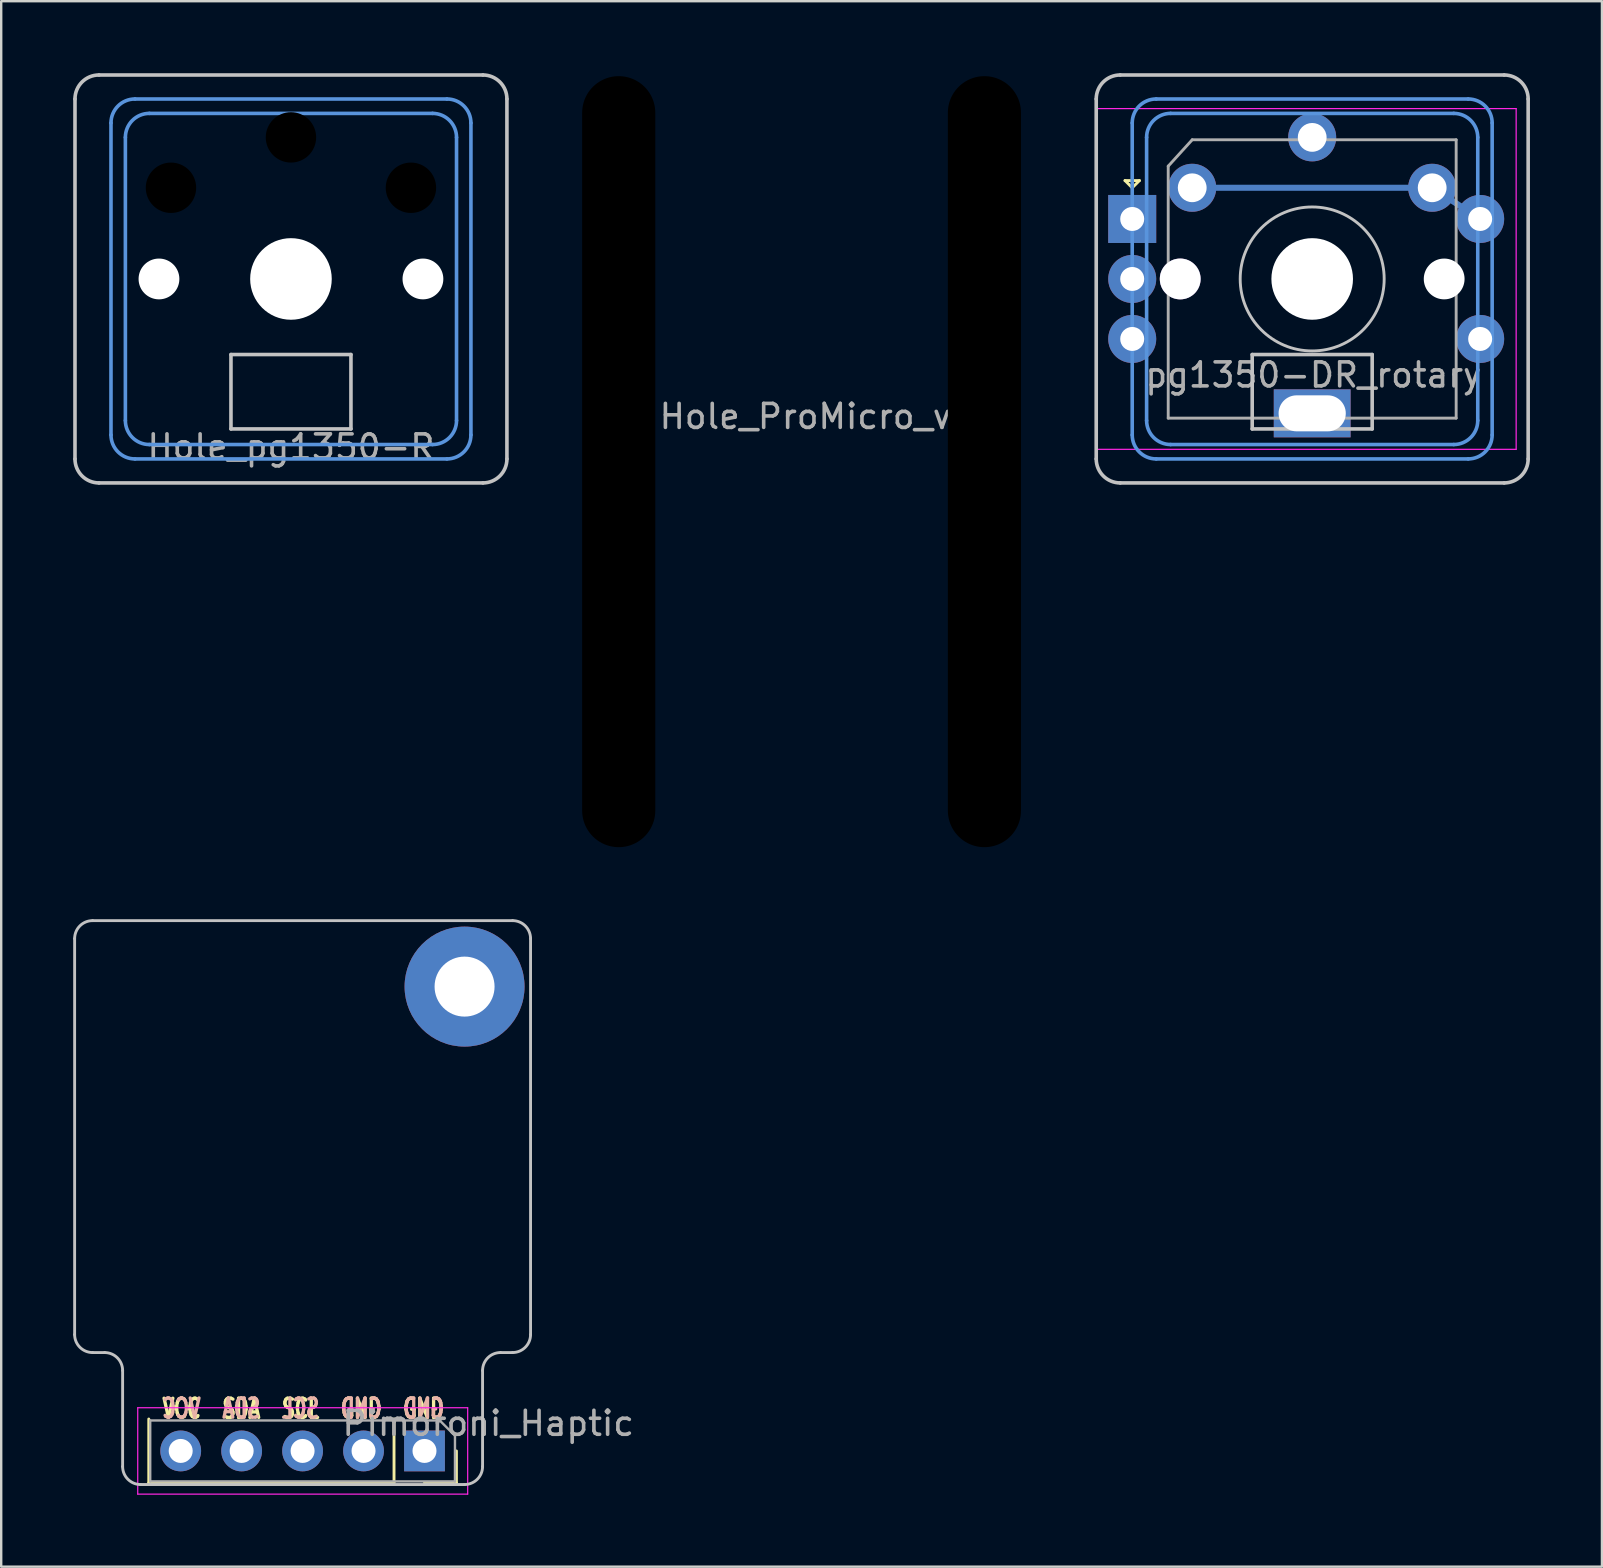
<source format=kicad_pcb>
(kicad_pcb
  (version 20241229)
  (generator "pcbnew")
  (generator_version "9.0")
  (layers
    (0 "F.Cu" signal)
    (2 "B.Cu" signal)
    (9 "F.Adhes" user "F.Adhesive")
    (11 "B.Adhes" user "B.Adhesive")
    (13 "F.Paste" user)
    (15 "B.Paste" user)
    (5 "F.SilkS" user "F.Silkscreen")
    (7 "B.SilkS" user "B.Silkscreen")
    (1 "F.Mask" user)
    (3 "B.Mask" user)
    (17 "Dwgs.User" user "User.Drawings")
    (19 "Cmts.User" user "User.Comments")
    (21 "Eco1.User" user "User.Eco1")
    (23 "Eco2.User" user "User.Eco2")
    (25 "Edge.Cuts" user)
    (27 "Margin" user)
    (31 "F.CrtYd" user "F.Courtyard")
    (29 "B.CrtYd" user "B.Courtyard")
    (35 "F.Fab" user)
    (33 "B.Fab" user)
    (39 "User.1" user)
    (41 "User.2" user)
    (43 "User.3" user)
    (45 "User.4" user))
  (footprint "Pimoroni_Haptic"
    (layer "F.Cu")
    (at 9.56 46.315)
    (property "Reference" "Pimoroni_Haptic" (at 7.735 9.95 180) (layer "F.Fab") (effects (font (size 1 1) (thickness 0.15))))
    (attr through_hole)
    (fp_line (start -6.41 9.77) (end -6.41 12.43) (stroke (width 0.12) (type solid)) (layer "F.SilkS"))
    (fp_line (start 3.81 9.77) (end 3.81 12.43) (stroke (width 0.12) (type solid)) (layer "F.SilkS"))
    (fp_line (start 3.81 12.43) (end -6.41 12.43) (stroke (width 0.12) (type solid)) (layer "F.SilkS"))
    (fp_line (start 5.08 12.43) (end 6.41 12.43) (stroke (width 0.12) (type solid)) (layer "F.SilkS"))
    (fp_line (start 6.41 11.1) (end 6.41 12.43) (stroke (width 0.12) (type solid)) (layer "F.SilkS"))
    (fp_line (start -9.5 -10.25) (end -9.5 6.25) (stroke (width 0.12) (type solid)) (layer "Dwgs.User"))
    (fp_line (start -8.25 7) (end -8.75 7) (stroke (width 0.12) (type solid)) (layer "Dwgs.User"))
    (fp_line (start -7.5 11.75) (end -7.5 7.75) (stroke (width 0.12) (type solid)) (layer "Dwgs.User"))
    (fp_line (start -6.75 12.5) (end 6.75 12.5) (stroke (width 0.12) (type solid)) (layer "Dwgs.User"))
    (fp_line (start 7.5 11.75) (end 7.5 7.75) (stroke (width 0.12) (type solid)) (layer "Dwgs.User"))
    (fp_line (start 8.25 7) (end 8.75 7) (stroke (width 0.12) (type solid)) (layer "Dwgs.User"))
    (fp_line (start 8.75 -11) (end -8.75 -11) (stroke (width 0.12) (type solid)) (layer "Dwgs.User"))
    (fp_line (start 9.5 -10.25) (end 9.5 6.25) (stroke (width 0.12) (type solid)) (layer "Dwgs.User"))
    (fp_arc (start -9.5 -10.25) (mid -9.28033 -10.78033) (end -8.75 -11) (stroke (width 0.12) (type solid)) (layer "Dwgs.User"))
    (fp_arc (start -8.75 7) (mid -9.28033 6.78033) (end -9.5 6.25) (stroke (width 0.12) (type solid)) (layer "Dwgs.User"))
    (fp_arc (start -8.25 7) (mid -7.71967 7.21967) (end -7.5 7.75) (stroke (width 0.12) (type solid)) (layer "Dwgs.User"))
    (fp_arc (start -6.75 12.5) (mid -7.28033 12.28033) (end -7.5 11.75) (stroke (width 0.12) (type solid)) (layer "Dwgs.User"))
    (fp_arc (start 7.5 7.75) (mid 7.71967 7.21967) (end 8.25 7) (stroke (width 0.12) (type solid)) (layer "Dwgs.User"))
    (fp_arc (start 7.5 11.75) (mid 7.28033 12.28033) (end 6.75 12.5) (stroke (width 0.12) (type solid)) (layer "Dwgs.User"))
    (fp_arc (start 8.75 -11) (mid 9.28033 -10.78033) (end 9.5 -10.25) (stroke (width 0.12) (type solid)) (layer "Dwgs.User"))
    (fp_arc (start 9.5 6.25) (mid 9.28033 6.78033) (end 8.75 7) (stroke (width 0.12) (type solid)) (layer "Dwgs.User"))
    (fp_line (start -6.87 9.3) (end -6.87 12.9) (stroke (width 0.05) (type solid)) (layer "F.CrtYd"))
    (fp_line (start -6.87 12.9) (end 6.88 12.9) (stroke (width 0.05) (type solid)) (layer "F.CrtYd"))
    (fp_line (start 6.88 9.3) (end -6.87 9.3) (stroke (width 0.05) (type solid)) (layer "F.CrtYd"))
    (fp_line (start 6.88 12.9) (end 6.88 9.3) (stroke (width 0.05) (type solid)) (layer "F.CrtYd"))
    (fp_line (start -6.35 9.83) (end 5.715 9.83) (stroke (width 0.1) (type solid)) (layer "F.Fab"))
    (fp_line (start -6.35 12.37) (end -6.35 9.83) (stroke (width 0.1) (type solid)) (layer "F.Fab"))
    (fp_line (start 5.715 9.83) (end 6.35 10.465) (stroke (width 0.1) (type solid)) (layer "F.Fab"))
    (fp_line (start 6.35 10.465) (end 6.35 12.37) (stroke (width 0.1) (type solid)) (layer "F.Fab"))
    (fp_line (start 6.35 12.37) (end -6.35 12.37) (stroke (width 0.1) (type solid)) (layer "F.Fab"))
    (fp_text user "SDA" (at -2.55 9.34 0) (layer "F.SilkS") (effects (font (size 0.8 0.55) (thickness 0.15))))
    (fp_text user "GND" (at 2.443 9.34 0) (layer "F.SilkS") (effects (font (size 0.8 0.55) (thickness 0.15))))
    (fp_text user "VCC" (at -5.04 9.34 0) (layer "F.SilkS") (effects (font (size 0.8 0.55) (thickness 0.15))))
    (fp_text user "SCL" (at -0.083 9.34 0) (layer "F.SilkS") (effects (font (size 0.8 0.55) (thickness 0.15))))
    (fp_text user "GND" (at 5.04 9.34 0) (layer "F.SilkS") (effects (font (size 0.8 0.55) (thickness 0.15))))
    (fp_text user "VCC" (at -5.05 9.33 0) (layer "B.SilkS") (effects (font (size 0.8 0.55) (thickness 0.15)) (justify mirror)))
    (fp_text user "GND" (at 5.05 9.33 0) (layer "B.SilkS") (effects (font (size 0.8 0.55) (thickness 0.15)) (justify mirror)))
    (fp_text user "SDA" (at -2.555 9.33 0) (layer "B.SilkS") (effects (font (size 0.8 0.55) (thickness 0.15)) (justify mirror)))
    (fp_text user "SCL" (at -0.083 9.33 0) (layer "B.SilkS") (effects (font (size 0.8 0.55) (thickness 0.15)) (justify mirror)))
    (fp_text user "GND" (at 2.448 9.33 0) (layer "B.SilkS") (effects (font (size 0.8 0.55) (thickness 0.15)) (justify mirror)))
    (pad "" thru_hole circle (at 6.75 -8.25) (size 5 5) (drill 2.5) (layers "*.Cu" "*.Mask"))
    (pad "1" thru_hole rect (at 5.08 11.1 270) (size 1.7 1.7) (drill 1) (layers "*.Cu" "*.Mask"))
    (pad "2" thru_hole oval (at 2.54 11.1 270) (size 1.7 1.7) (drill 1) (layers "*.Cu" "*.Mask"))
    (pad "3" thru_hole oval (at 0 11.1 270) (size 1.7 1.7) (drill 1) (layers "*.Cu" "*.Mask"))
    (pad "4" thru_hole oval (at -2.54 11.1 270) (size 1.7 1.7) (drill 1) (layers "*.Cu" "*.Mask"))
    (pad "5" thru_hole oval (at -5.08 11.1 270) (size 1.7 1.7) (drill 1) (layers "*.Cu" "*.Mask")))
  (footprint "Hole_ProMicro_v2"
    (layer "F.Cu")
    (at 30.989 15.935)
    (property "Reference" "Hole_ProMicro_v2" (at 0 -1.63 0) (layer "F.Fab") (effects (font (size 1 1) (thickness 0.15))))
    (attr through_hole)
    (fp_line (start -9.779 -14.351) (end -9.779 14.732) (stroke (width 0.12) (type solid)) (layer "Eco1.User"))
    (fp_line (start -6.731 -14.351) (end -6.731 14.732) (stroke (width 0.12) (type solid)) (layer "Eco1.User"))
    (fp_line (start 5.461 -14.351) (end 5.461 14.732) (stroke (width 0.12) (type solid)) (layer "Eco1.User"))
    (fp_line (start 8.509 -14.351) (end 8.509 14.732) (stroke (width 0.12) (type solid)) (layer "Eco1.User"))
    (fp_arc (start -9.779 -14.351) (mid -8.255 -15.875) (end -6.731 -14.351) (stroke (width 0.12) (type solid)) (layer "Eco1.User"))
    (fp_arc (start -6.731 14.732) (mid -8.255 16.256) (end -9.779 14.732) (stroke (width 0.12) (type solid)) (layer "Eco1.User"))
    (fp_arc (start 5.461 -14.351) (mid 6.985 -15.875) (end 8.509 -14.351) (stroke (width 0.12) (type solid)) (layer "Eco1.User"))
    (fp_arc (start 8.509 14.732) (mid 6.985 16.256) (end 5.461 14.732) (stroke (width 0.12) (type solid)) (layer "Eco1.User"))
    (pad "" np_thru_hole oval (at -8.255 0.254) (size 3.048 32.131) (drill oval 3.048 32.131) (layers "*.Mask"))
    (pad "" np_thru_hole oval (at 6.985 0.254) (size 3.048 32.131) (drill oval 3.048 32.131) (layers "*.Mask")))
  (footprint "pg1350-DR_rotary"
    (layer "F.Cu")
    (at 51.633 13.075)
    (property "Reference" "pg1350-DR_rotary" (at 0.05 -0.5 0) (layer "F.Fab") (effects (font (size 1 1) (thickness 0.15))))
    (attr through_hole)
    (fp_line (start -7.8 -8.6) (end -7.2 -8.6) (stroke (width 0.12) (type solid)) (layer "F.SilkS"))
    (fp_line (start -7.5 -8.3) (end -7.8 -8.6) (stroke (width 0.12) (type solid)) (layer "F.SilkS"))
    (fp_line (start -7.2 -8.6) (end -7.5 -8.3) (stroke (width 0.12) (type solid)) (layer "F.SilkS"))
    (fp_line (start -9 3) (end -9 -12) (stroke (width 0.15) (type solid)) (layer "Dwgs.User"))
    (fp_line (start -8 -13) (end 8 -13) (stroke (width 0.15) (type solid)) (layer "Dwgs.User"))
    (fp_line (start -2.5 -1.35) (end -2.5 1.75) (stroke (width 0.15) (type solid)) (layer "Dwgs.User"))
    (fp_line (start -2.5 1.75) (end 2.5 1.75) (stroke (width 0.15) (type solid)) (layer "Dwgs.User"))
    (fp_line (start 2.5 -1.35) (end -2.5 -1.35) (stroke (width 0.15) (type solid)) (layer "Dwgs.User"))
    (fp_line (start 2.5 1.75) (end 2.5 -1.35) (stroke (width 0.15) (type solid)) (layer "Dwgs.User"))
    (fp_line (start 8 4) (end -8 4) (stroke (width 0.15) (type solid)) (layer "Dwgs.User"))
    (fp_line (start 9 -12) (end 9 3) (stroke (width 0.15) (type solid)) (layer "Dwgs.User"))
    (fp_arc (start -9 -12) (mid -8.707107 -12.707107) (end -8 -13) (stroke (width 0.15) (type solid)) (layer "Dwgs.User"))
    (fp_arc (start -8 4) (mid -8.707107 3.707107) (end -9 3) (stroke (width 0.15) (type solid)) (layer "Dwgs.User"))
    (fp_arc (start 8 -13) (mid 8.707107 -12.707107) (end 9 -12) (stroke (width 0.15) (type solid)) (layer "Dwgs.User"))
    (fp_arc (start 9 3) (mid 8.707107 3.707107) (end 8 4) (stroke (width 0.15) (type solid)) (layer "Dwgs.User"))
    (fp_circle (center 0 -4.5) (end 3 -4.5) (stroke (width 0.12) (type solid)) (fill no) (layer "Dwgs.User"))
    (fp_line (start -7.5 2) (end -7.5 -11) (stroke (width 0.15) (type solid)) (layer "Cmts.User"))
    (fp_line (start -6.9 1.4) (end -6.9 -10.4) (stroke (width 0.15) (type solid)) (layer "Cmts.User"))
    (fp_line (start -6.5 -12) (end 6.5 -12) (stroke (width 0.15) (type solid)) (layer "Cmts.User"))
    (fp_line (start -5.9 -11.4) (end 5.9 -11.4) (stroke (width 0.15) (type solid)) (layer "Cmts.User"))
    (fp_line (start 5.9 2.4) (end -5.9 2.4) (stroke (width 0.15) (type solid)) (layer "Cmts.User"))
    (fp_line (start 6.5 3) (end -6.5 3) (stroke (width 0.15) (type solid)) (layer "Cmts.User"))
    (fp_line (start 6.9 -10.4) (end 6.9 1.4) (stroke (width 0.15) (type solid)) (layer "Cmts.User"))
    (fp_line (start 7.5 -11) (end 7.5 2) (stroke (width 0.15) (type solid)) (layer "Cmts.User"))
    (fp_arc (start -7.5 -11) (mid -7.207107 -11.707107) (end -6.5 -12) (stroke (width 0.15) (type solid)) (layer "Cmts.User"))
    (fp_arc (start -6.9 -10.4) (mid -6.607107 -11.107107) (end -5.9 -11.4) (stroke (width 0.15) (type solid)) (layer "Cmts.User"))
    (fp_arc (start -6.5 3) (mid -7.207107 2.707107) (end -7.5 2) (stroke (width 0.15) (type solid)) (layer "Cmts.User"))
    (fp_arc (start -5.9 2.4) (mid -6.607107 2.107107) (end -6.9 1.4) (stroke (width 0.15) (type solid)) (layer "Cmts.User"))
    (fp_arc (start 5.9 -11.4) (mid 6.607107 -11.107107) (end 6.9 -10.4) (stroke (width 0.15) (type solid)) (layer "Cmts.User"))
    (fp_arc (start 6.5 -12) (mid 7.207107 -11.707107) (end 7.5 -11) (stroke (width 0.15) (type solid)) (layer "Cmts.User"))
    (fp_arc (start 6.9 1.4) (mid 6.607107 2.107107) (end 5.9 2.4) (stroke (width 0.15) (type solid)) (layer "Cmts.User"))
    (fp_arc (start 7.5 2) (mid 7.207107 2.707107) (end 6.5 3) (stroke (width 0.15) (type solid)) (layer "Cmts.User"))
    (fp_line (start -9 -11.6) (end -9 2.6) (stroke (width 0.05) (type solid)) (layer "F.CrtYd"))
    (fp_line (start -9 -11.6) (end 8.5 -11.6) (stroke (width 0.05) (type solid)) (layer "F.CrtYd"))
    (fp_line (start 8.5 2.6) (end -9 2.6) (stroke (width 0.05) (type solid)) (layer "F.CrtYd"))
    (fp_line (start 8.5 2.6) (end 8.5 -11.6) (stroke (width 0.05) (type solid)) (layer "F.CrtYd"))
    (fp_line (start -6 -9.2) (end -5 -10.3) (stroke (width 0.12) (type solid)) (layer "F.Fab"))
    (fp_line (start -6 1.3) (end -6 -9.2) (stroke (width 0.12) (type solid)) (layer "F.Fab"))
    (fp_line (start -5 -10.3) (end 6 -10.3) (stroke (width 0.12) (type solid)) (layer "F.Fab"))
    (fp_line (start 6 -10.3) (end 6 1.3) (stroke (width 0.12) (type solid)) (layer "F.Fab"))
    (fp_line (start 6 1.3) (end -6 1.3) (stroke (width 0.12) (type solid)) (layer "F.Fab"))
    (pad "" np_thru_hole circle (at 0 -4.5) (size 3.4 3.4) (drill 3.4) (layers "*.Cu" "*.Mask"))
    (pad "" np_thru_hole rect (at 0 1.1) (size 3.2 2) (drill oval 2.8 1.5) (layers "*.Cu" "*.Mask"))
    (pad "" np_thru_hole circle (at 5.5 -4.5) (size 1.7 1.7) (drill 1.7) (layers "*.Cu" "*.Mask"))
    (pad "A" thru_hole rect (at -7.5 -7) (size 2 2) (drill 1) (layers "*.Cu" "*.Mask"))
    (pad "B" thru_hole circle (at -7.5 -2) (size 2 2) (drill 1) (layers "*.Cu" "*.Mask"))
    (pad "C" thru_hole circle (at -7.5 -4.5) (size 2 2) (drill 1) (layers "*.Cu" "*.Mask"))
    (pad "C" thru_hole circle (at -5.5 -4.5) (size 1.7 1.7) (drill 1.7) (layers "*.Cu" "*.Mask"))
    (pad "S1" thru_hole circle (at 0 -10.4) (size 2 2) (drill 1.2) (layers "*.Cu" "*.Mask"))
    (pad "S1" thru_hole circle (at 7 -2) (size 2 2) (drill 1) (layers "*.Cu" "*.Mask"))
    (pad "S2" connect custom (at -5 -8.3) (size 0.9 0.9) (layers "B.Cu") (options (anchor circle)) (primitives (gr_line (start 0 0) (end 10 0) (width 0.254))))
    (pad "S2" thru_hole circle (at -5 -8.3) (size 2 2) (drill 1.2) (layers "*.Cu" "F.Mask"))
    (pad "S2" connect custom (at 5 -8.3) (size 0.9 0.9) (layers "B.Cu") (options (anchor circle)) (primitives (gr_line (start 0 0) (end 2 1.3) (width 0.254))))
    (pad "S2" thru_hole circle (at 5 -8.3) (size 2 2) (drill 1.2) (layers "*.Cu" "B.Mask"))
    (pad "S2" thru_hole circle (at 7 -7) (size 2 2) (drill 1) (layers "*.Cu" "*.Mask")))
  (footprint "Hole_pg1350-R"
    (layer "F.Cu")
    (at 9.075 8.575)
    (property "Reference" "Hole_pg1350-R" (at 0 7 180) (layer "F.Fab") (effects (font (size 1 1) (thickness 0.15))))
    (attr through_hole)
    (fp_line (start -9 7.5) (end -9 -7.5) (stroke (width 0.15) (type solid)) (layer "Dwgs.User"))
    (fp_line (start -8 -8.5) (end 8 -8.5) (stroke (width 0.15) (type solid)) (layer "Dwgs.User"))
    (fp_line (start -2.5 3.15) (end -2.5 6.25) (stroke (width 0.15) (type solid)) (layer "Dwgs.User"))
    (fp_line (start -2.5 6.25) (end 2.5 6.25) (stroke (width 0.15) (type solid)) (layer "Dwgs.User"))
    (fp_line (start 2.5 3.15) (end -2.5 3.15) (stroke (width 0.15) (type solid)) (layer "Dwgs.User"))
    (fp_line (start 2.5 6.25) (end 2.5 3.15) (stroke (width 0.15) (type solid)) (layer "Dwgs.User"))
    (fp_line (start 8 8.5) (end -8 8.5) (stroke (width 0.15) (type solid)) (layer "Dwgs.User"))
    (fp_line (start 9 -7.5) (end 9 7.5) (stroke (width 0.15) (type solid)) (layer "Dwgs.User"))
    (fp_arc (start -9 -7.5) (mid -8.707107 -8.207107) (end -8 -8.5) (stroke (width 0.15) (type solid)) (layer "Dwgs.User"))
    (fp_arc (start -8 8.5) (mid -8.707107 8.207107) (end -9 7.5) (stroke (width 0.15) (type solid)) (layer "Dwgs.User"))
    (fp_arc (start 8 -8.5) (mid 8.707107 -8.207107) (end 9 -7.5) (stroke (width 0.15) (type solid)) (layer "Dwgs.User"))
    (fp_arc (start 9 7.5) (mid 8.707107 8.207107) (end 8 8.5) (stroke (width 0.15) (type solid)) (layer "Dwgs.User"))
    (fp_line (start -7.5 6.5) (end -7.5 -6.5) (stroke (width 0.15) (type solid)) (layer "Cmts.User"))
    (fp_line (start -6.9 5.9) (end -6.9 -5.9) (stroke (width 0.15) (type solid)) (layer "Cmts.User"))
    (fp_line (start -6.5 -7.5) (end 6.5 -7.5) (stroke (width 0.15) (type solid)) (layer "Cmts.User"))
    (fp_line (start -5.9 -6.9) (end 5.9 -6.9) (stroke (width 0.15) (type solid)) (layer "Cmts.User"))
    (fp_line (start 5.9 6.9) (end -5.9 6.9) (stroke (width 0.15) (type solid)) (layer "Cmts.User"))
    (fp_line (start 6.5 7.5) (end -6.5 7.5) (stroke (width 0.15) (type solid)) (layer "Cmts.User"))
    (fp_line (start 6.9 -5.9) (end 6.9 5.9) (stroke (width 0.15) (type solid)) (layer "Cmts.User"))
    (fp_line (start 7.5 -6.5) (end 7.5 6.5) (stroke (width 0.15) (type solid)) (layer "Cmts.User"))
    (fp_arc (start -7.5 -6.5) (mid -7.207107 -7.207107) (end -6.5 -7.5) (stroke (width 0.15) (type solid)) (layer "Cmts.User"))
    (fp_arc (start -6.9 -5.9) (mid -6.607107 -6.607107) (end -5.9 -6.9) (stroke (width 0.15) (type solid)) (layer "Cmts.User"))
    (fp_arc (start -6.5 7.5) (mid -7.207107 7.207107) (end -7.5 6.5) (stroke (width 0.15) (type solid)) (layer "Cmts.User"))
    (fp_arc (start -5.9 6.9) (mid -6.607107 6.607107) (end -6.9 5.9) (stroke (width 0.15) (type solid)) (layer "Cmts.User"))
    (fp_arc (start 5.9 -6.9) (mid 6.607107 -6.607107) (end 6.9 -5.9) (stroke (width 0.15) (type solid)) (layer "Cmts.User"))
    (fp_arc (start 6.5 -7.5) (mid 7.207107 -7.207107) (end 7.5 -6.5) (stroke (width 0.15) (type solid)) (layer "Cmts.User"))
    (fp_arc (start 6.9 5.9) (mid 6.607107 6.607107) (end 5.9 6.9) (stroke (width 0.15) (type solid)) (layer "Cmts.User"))
    (fp_arc (start 7.5 6.5) (mid 7.207107 7.207107) (end 6.5 7.5) (stroke (width 0.15) (type solid)) (layer "Cmts.User"))
    (fp_line (start -8.75 7.25) (end -8.75 -7.25) (stroke (width 0.15) (type solid)) (layer "Eco2.User"))
    (fp_line (start -7.75 -8.25) (end 7.75 -8.25) (stroke (width 0.15) (type solid)) (layer "Eco2.User"))
    (fp_line (start 7.75 8.25) (end -7.75 8.25) (stroke (width 0.15) (type solid)) (layer "Eco2.User"))
    (fp_line (start 8.75 7.25) (end 8.75 -7.25) (stroke (width 0.15) (type solid)) (layer "Eco2.User"))
    (fp_arc (start -8.75 -7.25) (mid -8.457106 -7.957106) (end -7.75 -8.25) (stroke (width 0.15) (type solid)) (layer "Eco2.User"))
    (fp_arc (start -7.75 8.25) (mid -8.457106 7.957106) (end -8.75 7.25) (stroke (width 0.15) (type solid)) (layer "Eco2.User"))
    (fp_arc (start 7.75 -8.25) (mid 8.457106 -7.957106) (end 8.75 -7.25) (stroke (width 0.15) (type solid)) (layer "Eco2.User"))
    (fp_arc (start 8.75 7.25) (mid 8.457106 7.957106) (end 7.75 8.25) (stroke (width 0.15) (type solid)) (layer "Eco2.User"))
    (pad "" np_thru_hole circle (at -5.5 0) (size 1.7 1.7) (drill 1.7) (layers "*.Cu" "*.Mask"))
    (pad "" np_thru_hole circle (at -5 -3.8) (size 2.1 2.1) (drill 2.1) (layers "*.Mask"))
    (pad "" np_thru_hole circle (at 0 -5.9) (size 2.1 2.1) (drill 2.1) (layers "*.Mask"))
    (pad "" np_thru_hole circle (at 0 0) (size 3.4 3.4) (drill 3.4) (layers "*.Cu" "*.Mask"))
    (pad "" np_thru_hole circle (at 5 -3.8) (size 2.1 2.1) (drill 2.1) (layers "*.Mask"))
    (pad "" np_thru_hole circle (at 5.5 0) (size 1.7 1.7) (drill 1.7) (layers "*.Cu" "*.Mask")))
  (gr_rect
    (start -3 -3)
    (end 63.708 62.239)
    (stroke (width 0.1) (type default))
    (fill no)
    (layer "Edge.Cuts")))
</source>
